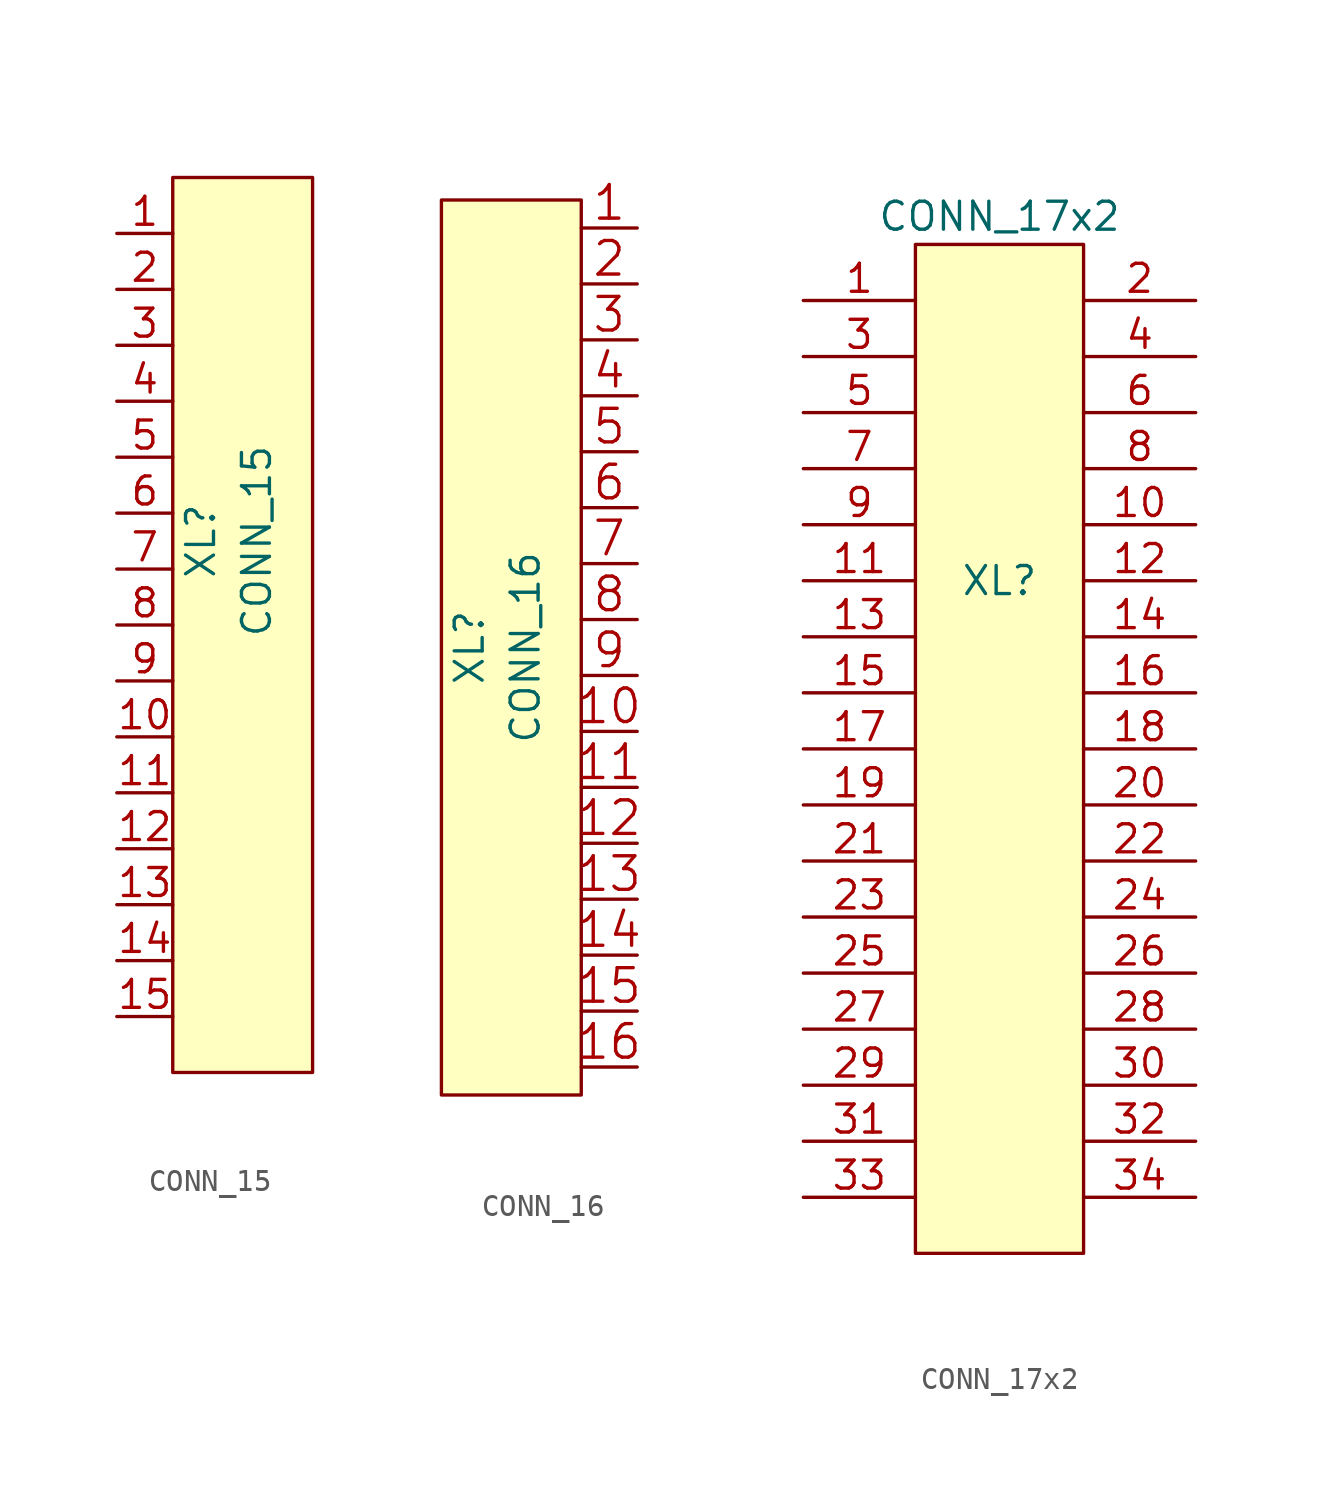
<source format=kicad_sym>
(kicad_symbol_lib
  (version 20201005)
  (generator kicad_symbol_editor)
  (symbol "Connectors_kl:CONN_15"
    (pin_names
      (offset 1.016))
    (property "Reference" "XL"
      (at -1.27 3.81 90)
      (effects (font (size 1.27 1.27))))
    (property "Value" "CONN_15"
      (at 1.27 3.81 90)
      (effects (font (size 1.27 1.27))))
    (property "Footprint" ""
      (at 0 3.81 0)
      (effects (font (size 1.524 1.524))))
    (property "Datasheet" ""
      (at 0 3.81 0)
      (effects (font (size 1.524 1.524))))
    (symbol "CONN_15_0_1"
      (rectangle (start -2.54 20.32) (end 3.81 -20.32) (stroke (width 0)) (fill (type background))))
    (symbol "CONN_15_1_1"
      (pin passive line (at -5.08 17.78 0) (length 2.54) (name "~" (effects (font (size 1.27 1.27)))) (number "1" (effects (font (size 1.27 1.27)))))
      (pin passive line (at -5.08 -5.08 0) (length 2.54) (name "~" (effects (font (size 1.27 1.27)))) (number "10" (effects (font (size 1.27 1.27)))))
      (pin passive line (at -5.08 -7.62 0) (length 2.54) (name "~" (effects (font (size 1.27 1.27)))) (number "11" (effects (font (size 1.27 1.27)))))
      (pin passive line (at -5.08 -10.16 0) (length 2.54) (name "~" (effects (font (size 1.27 1.27)))) (number "12" (effects (font (size 1.27 1.27)))))
      (pin passive line (at -5.08 -12.7 0) (length 2.54) (name "~" (effects (font (size 1.27 1.27)))) (number "13" (effects (font (size 1.27 1.27)))))
      (pin passive line (at -5.08 -15.24 0) (length 2.54) (name "~" (effects (font (size 1.27 1.27)))) (number "14" (effects (font (size 1.27 1.27)))))
      (pin passive line (at -5.08 -17.78 0) (length 2.54) (name "~" (effects (font (size 1.27 1.27)))) (number "15" (effects (font (size 1.27 1.27)))))
      (pin passive line (at -5.08 15.24 0) (length 2.54) (name "~" (effects (font (size 1.27 1.27)))) (number "2" (effects (font (size 1.27 1.27)))))
      (pin passive line (at -5.08 12.7 0) (length 2.54) (name "~" (effects (font (size 1.27 1.27)))) (number "3" (effects (font (size 1.27 1.27)))))
      (pin passive line (at -5.08 10.16 0) (length 2.54) (name "~" (effects (font (size 1.27 1.27)))) (number "4" (effects (font (size 1.27 1.27)))))
      (pin passive line (at -5.08 7.62 0) (length 2.54) (name "~" (effects (font (size 1.27 1.27)))) (number "5" (effects (font (size 1.27 1.27)))))
      (pin passive line (at -5.08 5.08 0) (length 2.54) (name "~" (effects (font (size 1.27 1.27)))) (number "6" (effects (font (size 1.27 1.27)))))
      (pin passive line (at -5.08 2.54 0) (length 2.54) (name "~" (effects (font (size 1.27 1.27)))) (number "7" (effects (font (size 1.27 1.27)))))
      (pin passive line (at -5.08 0 0) (length 2.54) (name "~" (effects (font (size 1.27 1.27)))) (number "8" (effects (font (size 1.27 1.27)))))
      (pin passive line (at -5.08 -2.54 0) (length 2.54) (name "~" (effects (font (size 1.27 1.27)))) (number "9" (effects (font (size 1.27 1.27)))))))
  (symbol "Connectors_kl:CONN_16"
    (pin_names
      (offset 1.016))
    (property "Reference" "XL"
      (at -1.27 0 90)
      (effects (font (size 1.27 1.27))))
    (property "Value" "CONN_16"
      (at 1.27 0 90)
      (effects (font (size 1.27 1.27))))
    (property "Footprint" ""
      (at 0 0 0)
      (effects (font (size 1.524 1.524))))
    (property "Datasheet" ""
      (at 0 0 0)
      (effects (font (size 1.524 1.524))))
    (symbol "CONN_16_0_1"
      (rectangle (start 3.81 20.32) (end -2.54 -20.32) (stroke (width 0)) (fill (type background))))
    (symbol "CONN_16_1_1"
      (pin passive line (at 6.35 19.05 180) (length 2.54) (name "~" (effects (font (size 1.524 1.524)))) (number "1" (effects (font (size 1.524 1.524)))))
      (pin passive line (at 6.35 -3.81 180) (length 2.54) (name "~" (effects (font (size 1.524 1.524)))) (number "10" (effects (font (size 1.524 1.524)))))
      (pin passive line (at 6.35 -6.35 180) (length 2.54) (name "~" (effects (font (size 1.524 1.524)))) (number "11" (effects (font (size 1.524 1.524)))))
      (pin passive line (at 6.35 -8.89 180) (length 2.54) (name "~" (effects (font (size 1.524 1.524)))) (number "12" (effects (font (size 1.524 1.524)))))
      (pin passive line (at 6.35 -11.43 180) (length 2.54) (name "~" (effects (font (size 1.524 1.524)))) (number "13" (effects (font (size 1.524 1.524)))))
      (pin passive line (at 6.35 -13.97 180) (length 2.54) (name "~" (effects (font (size 1.524 1.524)))) (number "14" (effects (font (size 1.524 1.524)))))
      (pin passive line (at 6.35 -16.51 180) (length 2.54) (name "~" (effects (font (size 1.524 1.524)))) (number "15" (effects (font (size 1.524 1.524)))))
      (pin passive line (at 6.35 -19.05 180) (length 2.54) (name "~" (effects (font (size 1.524 1.524)))) (number "16" (effects (font (size 1.524 1.524)))))
      (pin passive line (at 6.35 16.51 180) (length 2.54) (name "~" (effects (font (size 1.524 1.524)))) (number "2" (effects (font (size 1.524 1.524)))))
      (pin passive line (at 6.35 13.97 180) (length 2.54) (name "~" (effects (font (size 1.524 1.524)))) (number "3" (effects (font (size 1.524 1.524)))))
      (pin passive line (at 6.35 11.43 180) (length 2.54) (name "~" (effects (font (size 1.524 1.524)))) (number "4" (effects (font (size 1.524 1.524)))))
      (pin passive line (at 6.35 8.89 180) (length 2.54) (name "~" (effects (font (size 1.524 1.524)))) (number "5" (effects (font (size 1.524 1.524)))))
      (pin passive line (at 6.35 6.35 180) (length 2.54) (name "~" (effects (font (size 1.524 1.524)))) (number "6" (effects (font (size 1.524 1.524)))))
      (pin passive line (at 6.35 3.81 180) (length 2.54) (name "~" (effects (font (size 1.524 1.524)))) (number "7" (effects (font (size 1.524 1.524)))))
      (pin passive line (at 6.35 1.27 180) (length 2.54) (name "~" (effects (font (size 1.524 1.524)))) (number "8" (effects (font (size 1.524 1.524)))))
      (pin passive line (at 6.35 -1.27 180) (length 2.54) (name "~" (effects (font (size 1.524 1.524)))) (number "9" (effects (font (size 1.524 1.524)))))))
  (symbol "Connectors_kl:CONN_17x2"
    (pin_names
      (offset 1.016))
    (property "Reference" "XL"
      (at 0 7.62 0)
      (effects (font (size 1.27 1.27))))
    (property "Value" "CONN_17x2"
      (at 0 24.13 0)
      (effects (font (size 1.27 1.27))))
    (symbol "CONN_17x2_0_0"
      (pin passive line (at 8.89 10.16 180) (length 5.08) (name "~" (effects (font (size 1.27 1.27)))) (number "10" (effects (font (size 1.27 1.27)))))
      (pin passive line (at -8.89 7.62 0) (length 5.08) (name "~" (effects (font (size 1.27 1.27)))) (number "11" (effects (font (size 1.27 1.27)))))
      (pin passive line (at 8.89 7.62 180) (length 5.08) (name "~" (effects (font (size 1.27 1.27)))) (number "12" (effects (font (size 1.27 1.27)))))
      (pin passive line (at -8.89 5.08 0) (length 5.08) (name "~" (effects (font (size 1.27 1.27)))) (number "13" (effects (font (size 1.27 1.27)))))
      (pin passive line (at 8.89 5.08 180) (length 5.08) (name "~" (effects (font (size 1.27 1.27)))) (number "14" (effects (font (size 1.27 1.27)))))
      (pin passive line (at -8.89 2.54 0) (length 5.08) (name "~" (effects (font (size 1.27 1.27)))) (number "15" (effects (font (size 1.27 1.27)))))
      (pin passive line (at 8.89 2.54 180) (length 5.08) (name "~" (effects (font (size 1.27 1.27)))) (number "16" (effects (font (size 1.27 1.27)))))
      (pin passive line (at -8.89 0 0) (length 5.08) (name "~" (effects (font (size 1.27 1.27)))) (number "17" (effects (font (size 1.27 1.27)))))
      (pin passive line (at 8.89 0 180) (length 5.08) (name "~" (effects (font (size 1.27 1.27)))) (number "18" (effects (font (size 1.27 1.27)))))
      (pin passive line (at -8.89 -2.54 0) (length 5.08) (name "~" (effects (font (size 1.27 1.27)))) (number "19" (effects (font (size 1.27 1.27)))))
      (pin passive line (at 8.89 20.32 180) (length 5.08) (name "~" (effects (font (size 1.27 1.27)))) (number "2" (effects (font (size 1.27 1.27)))))
      (pin passive line (at 8.89 -2.54 180) (length 5.08) (name "~" (effects (font (size 1.27 1.27)))) (number "20" (effects (font (size 1.27 1.27)))))
      (pin passive line (at -8.89 -5.08 0) (length 5.08) (name "~" (effects (font (size 1.27 1.27)))) (number "21" (effects (font (size 1.27 1.27)))))
      (pin passive line (at 8.89 -5.08 180) (length 5.08) (name "~" (effects (font (size 1.27 1.27)))) (number "22" (effects (font (size 1.27 1.27)))))
      (pin passive line (at -8.89 -7.62 0) (length 5.08) (name "~" (effects (font (size 1.27 1.27)))) (number "23" (effects (font (size 1.27 1.27)))))
      (pin passive line (at 8.89 -7.62 180) (length 5.08) (name "~" (effects (font (size 1.27 1.27)))) (number "24" (effects (font (size 1.27 1.27)))))
      (pin passive line (at -8.89 -10.16 0) (length 5.08) (name "~" (effects (font (size 1.27 1.27)))) (number "25" (effects (font (size 1.27 1.27)))))
      (pin passive line (at 8.89 -10.16 180) (length 5.08) (name "~" (effects (font (size 1.27 1.27)))) (number "26" (effects (font (size 1.27 1.27)))))
      (pin passive line (at -8.89 -12.7 0) (length 5.08) (name "~" (effects (font (size 1.27 1.27)))) (number "27" (effects (font (size 1.27 1.27)))))
      (pin passive line (at 8.89 -12.7 180) (length 5.08) (name "~" (effects (font (size 1.27 1.27)))) (number "28" (effects (font (size 1.27 1.27)))))
      (pin passive line (at -8.89 -15.24 0) (length 5.08) (name "~" (effects (font (size 1.27 1.27)))) (number "29" (effects (font (size 1.27 1.27)))))
      (pin passive line (at -8.89 17.78 0) (length 5.08) (name "~" (effects (font (size 1.27 1.27)))) (number "3" (effects (font (size 1.27 1.27)))))
      (pin passive line (at 8.89 -15.24 180) (length 5.08) (name "~" (effects (font (size 1.27 1.27)))) (number "30" (effects (font (size 1.27 1.27)))))
      (pin passive line (at -8.89 -17.78 0) (length 5.08) (name "~" (effects (font (size 1.27 1.27)))) (number "31" (effects (font (size 1.27 1.27)))))
      (pin passive line (at 8.89 -17.78 180) (length 5.08) (name "~" (effects (font (size 1.27 1.27)))) (number "32" (effects (font (size 1.27 1.27)))))
      (pin passive line (at -8.89 -20.32 0) (length 5.08) (name "~" (effects (font (size 1.27 1.27)))) (number "33" (effects (font (size 1.27 1.27)))))
      (pin passive line (at 8.89 -20.32 180) (length 5.08) (name "~" (effects (font (size 1.27 1.27)))) (number "34" (effects (font (size 1.27 1.27)))))
      (pin passive line (at 8.89 17.78 180) (length 5.08) (name "~" (effects (font (size 1.27 1.27)))) (number "4" (effects (font (size 1.27 1.27)))))
      (pin passive line (at -8.89 15.24 0) (length 5.08) (name "~" (effects (font (size 1.27 1.27)))) (number "5" (effects (font (size 1.27 1.27)))))
      (pin passive line (at 8.89 15.24 180) (length 5.08) (name "~" (effects (font (size 1.27 1.27)))) (number "6" (effects (font (size 1.27 1.27)))))
      (pin passive line (at -8.89 12.7 0) (length 5.08) (name "~" (effects (font (size 1.27 1.27)))) (number "7" (effects (font (size 1.27 1.27)))))
      (pin passive line (at 8.89 12.7 180) (length 5.08) (name "~" (effects (font (size 1.27 1.27)))) (number "8" (effects (font (size 1.27 1.27)))))
      (pin passive line (at -8.89 10.16 0) (length 5.08) (name "~" (effects (font (size 1.27 1.27)))) (number "9" (effects (font (size 1.27 1.27))))))
    (symbol "CONN_17x2_0_1"
      (rectangle (start -3.81 22.86) (end 3.81 -22.86) (stroke (width 0)) (fill (type background))))
    (symbol "CONN_17x2_1_1"
      (pin passive line (at -8.89 20.32 0) (length 5.08) (name "~" (effects (font (size 1.27 1.27)))) (number "1" (effects (font (size 1.27 1.27))))))))
</source>
